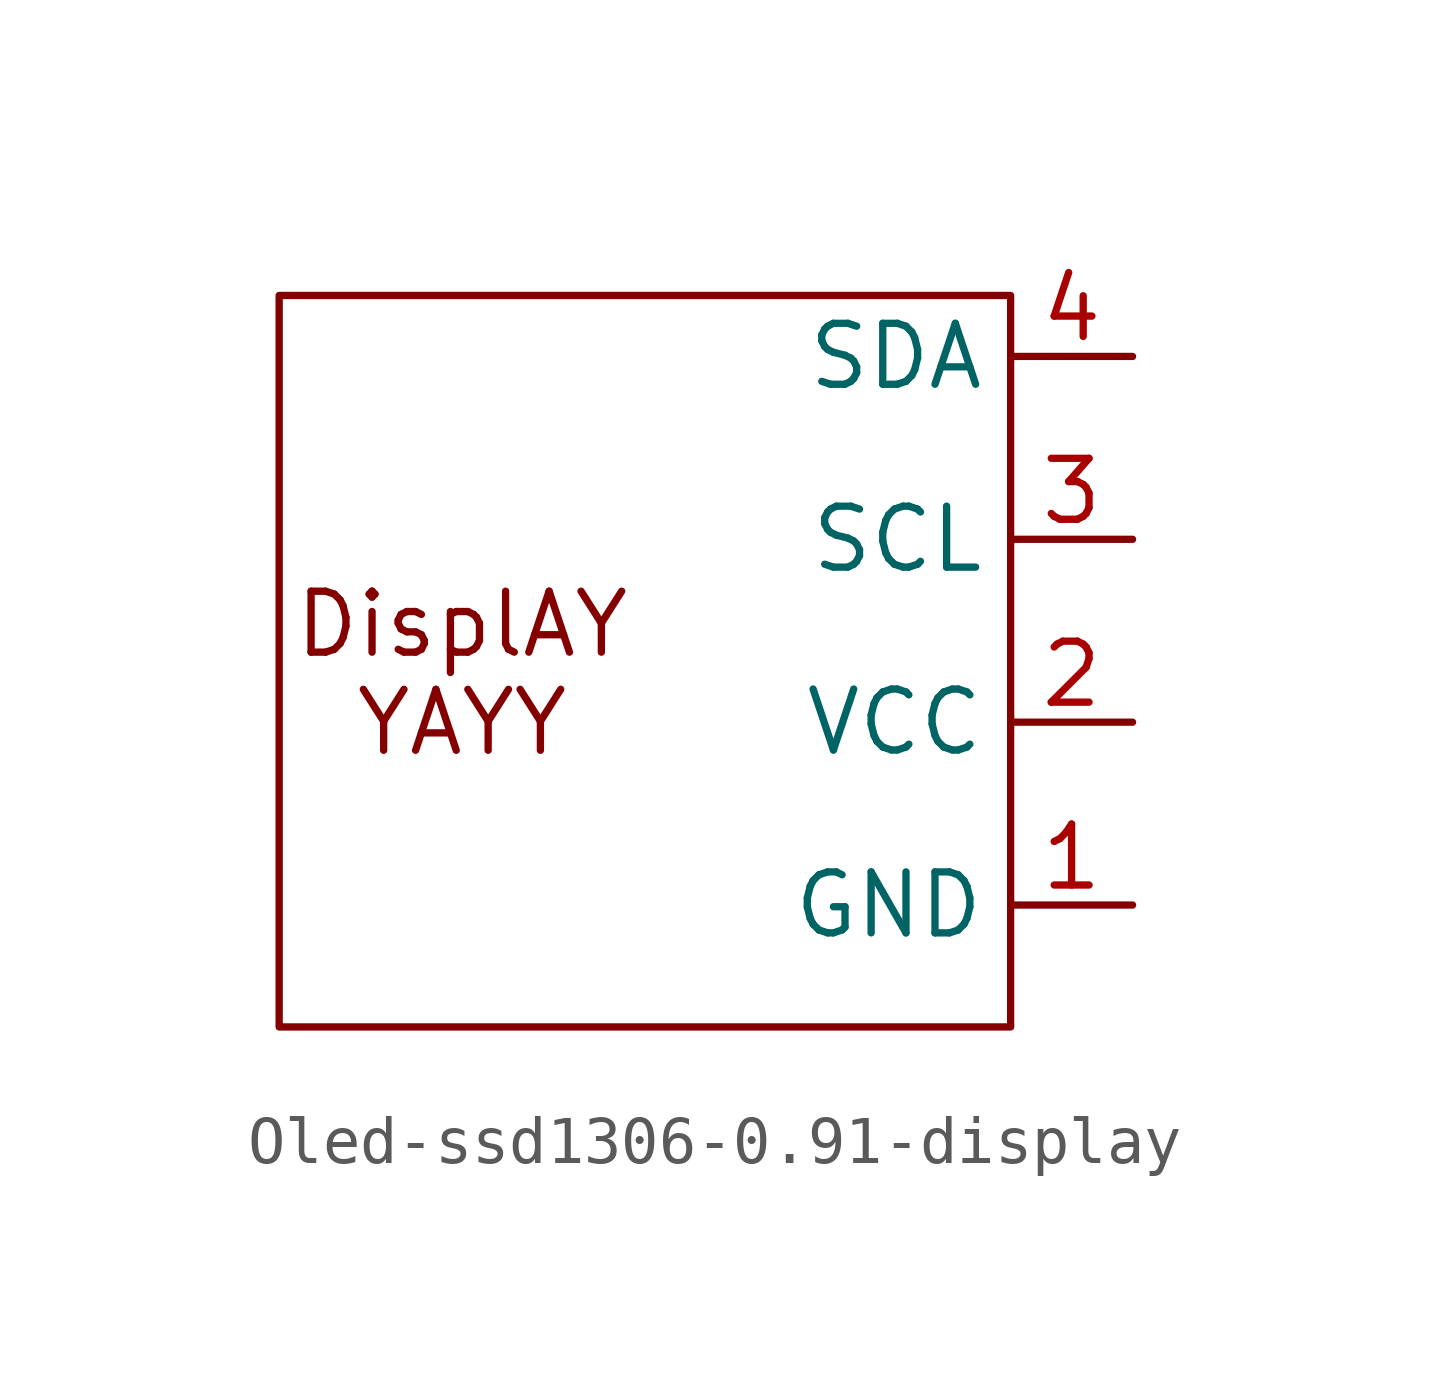
<source format=kicad_sym>
(kicad_symbol_lib
  (version 20241209)
  (generator "kicad_symbol_editor")
  (generator_version "9.0")
  (symbol "Oled-ssd1306-0.91-display"
    (property "Reference" "U"
      (at 0 0 0)
      (effects (font (size 1.27 1.27)) (hide yes)))
    (property "Value" ""
      (at 0 0 0)
      (effects (font (size 1.27 1.27))))
    (symbol "Oled-ssd1306-0.91-display_0_1"
      (rectangle (start -7.62 7.62) (end 7.62 -7.62) (stroke (width 0) (type default)) (fill (type none))))
    (symbol "Oled-ssd1306-0.91-display_1_1"
      (text "DisplAY\nYAYY" (at -3.81 -0.254 0) (effects (font (size 1.27 1.27))))
      (pin input line (at 10.16 6.35 180) (length 2.54) (name "SDA" (effects (font (size 1.27 1.27)))) (number "4" (effects (font (size 1.27 1.27)))))
      (pin input line (at 10.16 2.54 180) (length 2.54) (name "SCL" (effects (font (size 1.27 1.27)))) (number "3" (effects (font (size 1.27 1.27)))))
      (pin input line (at 10.16 -1.27 180) (length 2.54) (name "VCC" (effects (font (size 1.27 1.27)))) (number "2" (effects (font (size 1.27 1.27)))))
      (pin input line (at 10.16 -5.08 180) (length 2.54) (name "GND" (effects (font (size 1.27 1.27)))) (number "1" (effects (font (size 1.27 1.27))))))))
</source>
